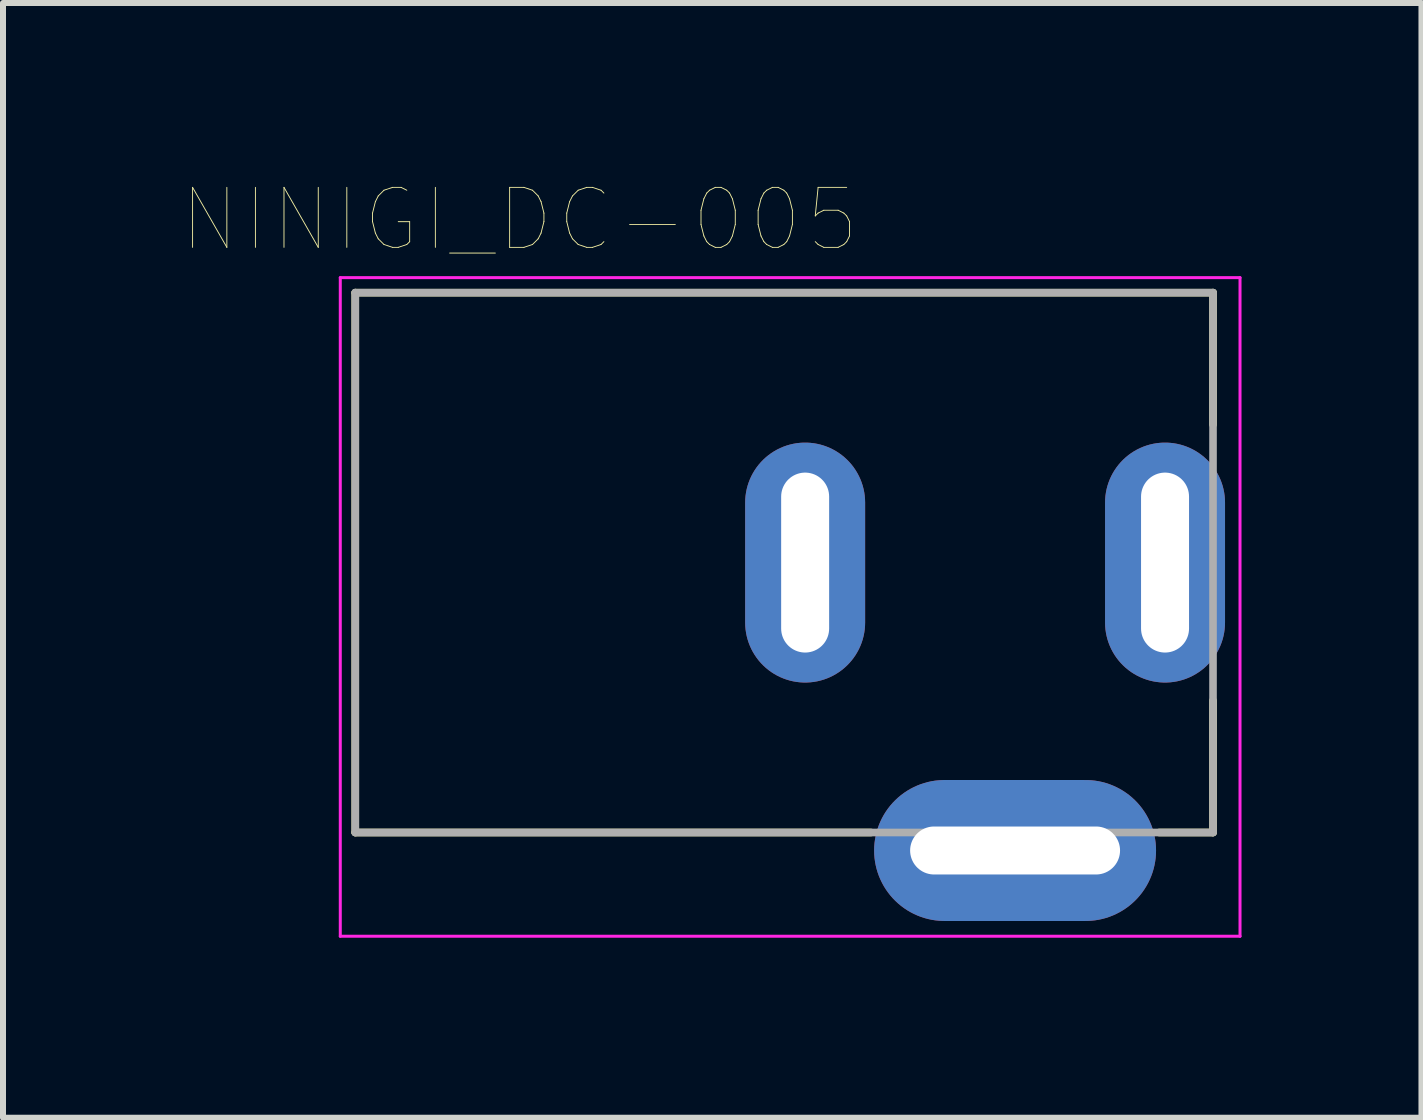
<source format=kicad_pcb>
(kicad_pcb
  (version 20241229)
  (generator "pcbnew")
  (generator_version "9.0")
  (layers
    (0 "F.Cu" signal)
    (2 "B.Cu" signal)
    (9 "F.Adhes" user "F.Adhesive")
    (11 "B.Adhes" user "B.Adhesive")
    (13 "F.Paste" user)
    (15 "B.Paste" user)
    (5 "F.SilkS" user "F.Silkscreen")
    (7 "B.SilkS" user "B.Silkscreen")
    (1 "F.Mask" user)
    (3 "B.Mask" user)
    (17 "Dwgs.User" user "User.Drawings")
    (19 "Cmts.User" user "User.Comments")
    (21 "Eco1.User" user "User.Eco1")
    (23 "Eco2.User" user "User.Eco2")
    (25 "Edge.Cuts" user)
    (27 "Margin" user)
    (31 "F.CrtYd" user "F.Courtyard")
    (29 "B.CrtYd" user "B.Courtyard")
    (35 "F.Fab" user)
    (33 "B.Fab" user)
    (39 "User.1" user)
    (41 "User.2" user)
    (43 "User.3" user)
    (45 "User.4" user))
  (footprint "NINIGI_DC-005"
    (layer "F.Cu")
    (at 13.873 6.329)
    (property "Reference" "NINIGI_DC-005" (at -8.26 -5.717 0) (layer "F.SilkS") (effects (font (size 1 1) (thickness 0.015))))
    (attr through_hole)
    (fp_line (start -11 -4.5) (end 3.3 -4.5) (stroke (width 0.127) (type solid)) (layer "F.SilkS"))
    (fp_line (start -11 4.5) (end -11 -4.5) (stroke (width 0.127) (type solid)) (layer "F.SilkS"))
    (fp_line (start -2.4 4.5) (end -11 4.5) (stroke (width 0.127) (type solid)) (layer "F.SilkS"))
    (fp_line (start 3.3 -4.5) (end 3.3 -2.3) (stroke (width 0.127) (type solid)) (layer "F.SilkS"))
    (fp_line (start 3.3 2.3) (end 3.3 4.5) (stroke (width 0.127) (type solid)) (layer "F.SilkS"))
    (fp_line (start 3.3 4.5) (end 2.4 4.5) (stroke (width 0.127) (type solid)) (layer "F.SilkS"))
    (fp_line (start -11.25 -4.75) (end 3.75 -4.75) (stroke (width 0.05) (type solid)) (layer "F.CrtYd"))
    (fp_line (start -11.25 6.23) (end -11.25 -4.75) (stroke (width 0.05) (type solid)) (layer "F.CrtYd"))
    (fp_line (start 3.75 -4.75) (end 3.75 6.23) (stroke (width 0.05) (type solid)) (layer "F.CrtYd"))
    (fp_line (start 3.75 6.23) (end -11.25 6.23) (stroke (width 0.05) (type solid)) (layer "F.CrtYd"))
    (fp_line (start -11 -4.5) (end 3.3 -4.5) (stroke (width 0.127) (type solid)) (layer "F.Fab"))
    (fp_line (start -11 4.5) (end -11 -4.5) (stroke (width 0.127) (type solid)) (layer "F.Fab"))
    (fp_line (start 3.3 -4.5) (end 3.3 4.5) (stroke (width 0.127) (type solid)) (layer "F.Fab"))
    (fp_line (start 3.3 4.5) (end -11 4.5) (stroke (width 0.127) (type solid)) (layer "F.Fab"))
    (pad "1" thru_hole oval (at 2.5 0) (size 2 4) (drill oval 0.8 3) (layers "*.Cu" "*.Mask"))
    (pad "2" thru_hole oval (at 0 4.8) (size 4.7 2.35) (drill oval 3.5 0.8) (layers "*.Cu" "*.Mask"))
    (pad "3" thru_hole oval (at -3.5 0) (size 2 4) (drill oval 0.8 3) (layers "*.Cu" "*.Mask")))
  (gr_rect
    (start -3 -3)
    (end 20.648 15.584)
    (stroke (width 0.1) (type default))
    (fill no)
    (layer "Edge.Cuts")))
</source>
